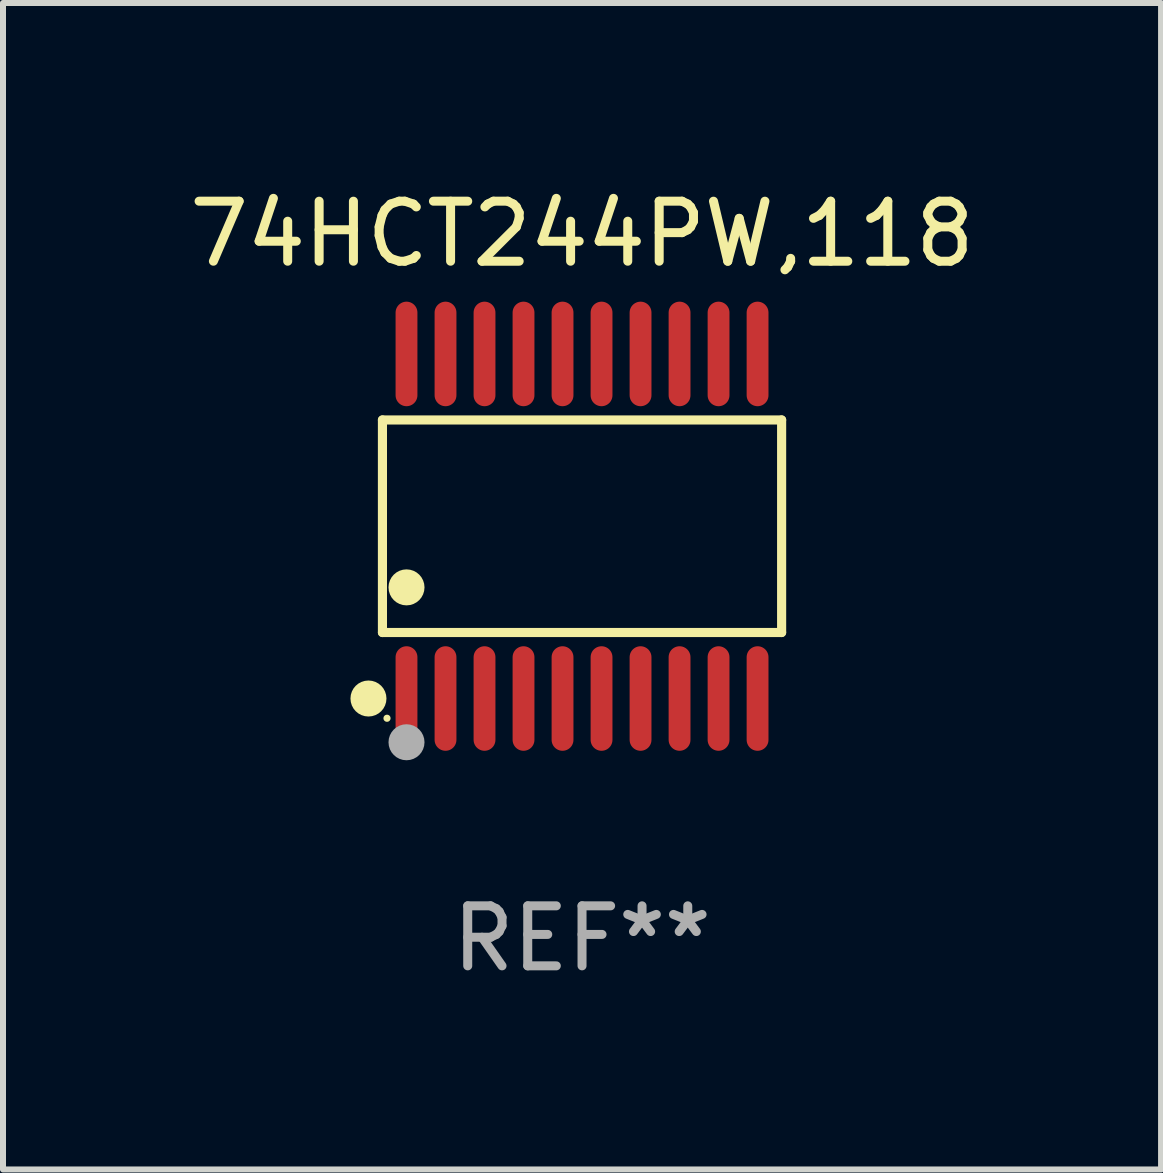
<source format=kicad_pcb>
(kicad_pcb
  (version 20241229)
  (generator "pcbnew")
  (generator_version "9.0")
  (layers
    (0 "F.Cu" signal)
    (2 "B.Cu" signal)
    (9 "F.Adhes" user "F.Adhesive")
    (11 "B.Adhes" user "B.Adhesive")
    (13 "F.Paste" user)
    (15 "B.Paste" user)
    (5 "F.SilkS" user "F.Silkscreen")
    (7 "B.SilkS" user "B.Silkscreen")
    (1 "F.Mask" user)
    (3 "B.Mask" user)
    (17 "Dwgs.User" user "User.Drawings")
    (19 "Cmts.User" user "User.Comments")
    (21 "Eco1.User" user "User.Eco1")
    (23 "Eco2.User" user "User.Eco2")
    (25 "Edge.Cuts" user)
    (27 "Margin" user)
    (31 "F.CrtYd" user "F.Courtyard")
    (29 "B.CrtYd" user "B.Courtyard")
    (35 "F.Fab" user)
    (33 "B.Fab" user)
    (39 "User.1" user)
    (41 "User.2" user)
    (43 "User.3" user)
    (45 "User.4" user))
  (footprint "74HCT244PW,118"
    (layer "F.Cu")
    (at 6.649 5.719)
    (property "Reference" "74HCT244PW,118" (at 0 -4.871 0) (layer "F.SilkS") (effects (font (size 1 1) (thickness 0.15))))
    (attr through_hole)
    (fp_line (start -3.326 -1.771) (end 3.326 -1.771) (stroke (width 0.152) (type solid)) (layer "F.SilkS"))
    (fp_line (start -3.326 1.771) (end -3.326 -1.771) (stroke (width 0.152) (type solid)) (layer "F.SilkS"))
    (fp_line (start 3.326 -1.771) (end 3.326 1.771) (stroke (width 0.152) (type solid)) (layer "F.SilkS"))
    (fp_line (start 3.326 1.771) (end -3.326 1.771) (stroke (width 0.152) (type solid)) (layer "F.SilkS"))
    (fp_circle (center -3.559 2.871) (end -3.409 2.871) (stroke (width 0.3) (type solid)) (fill no) (layer "F.SilkS"))
    (fp_circle (center -3.25 3.2) (end -3.22 3.2) (stroke (width 0.06) (type solid)) (fill no) (layer "F.SilkS"))
    (fp_circle (center -2.925 1.019) (end -2.775 1.019) (stroke (width 0.3) (type solid)) (fill no) (layer "F.SilkS"))
    (fp_circle (center -2.925 3.6) (end -2.775 3.6) (stroke (width 0.3) (type solid)) (fill no) (layer "F.Fab"))
    (fp_text user "REF**" (at 0 6.871 0) (layer "F.Fab") (effects (font (size 1 1) (thickness 0.15))))
    (pad "1" smd oval (at -2.925 2.871) (size 0.364 1.742) (layers "F.Cu" "F.Mask" "F.Paste"))
    (pad "2" smd oval (at -2.275 2.871) (size 0.364 1.742) (layers "F.Cu" "F.Mask" "F.Paste"))
    (pad "3" smd oval (at -1.625 2.871) (size 0.364 1.742) (layers "F.Cu" "F.Mask" "F.Paste"))
    (pad "4" smd oval (at -0.975 2.871) (size 0.364 1.742) (layers "F.Cu" "F.Mask" "F.Paste"))
    (pad "5" smd oval (at -0.325 2.871) (size 0.364 1.742) (layers "F.Cu" "F.Mask" "F.Paste"))
    (pad "6" smd oval (at 0.325 2.871) (size 0.364 1.742) (layers "F.Cu" "F.Mask" "F.Paste"))
    (pad "7" smd oval (at 0.975 2.871) (size 0.364 1.742) (layers "F.Cu" "F.Mask" "F.Paste"))
    (pad "8" smd oval (at 1.625 2.871) (size 0.364 1.742) (layers "F.Cu" "F.Mask" "F.Paste"))
    (pad "9" smd oval (at 2.275 2.871) (size 0.364 1.742) (layers "F.Cu" "F.Mask" "F.Paste"))
    (pad "10" smd oval (at 2.925 2.871) (size 0.364 1.742) (layers "F.Cu" "F.Mask" "F.Paste"))
    (pad "11" smd oval (at 2.925 -2.871) (size 0.364 1.742) (layers "F.Cu" "F.Mask" "F.Paste"))
    (pad "12" smd oval (at 2.275 -2.871) (size 0.364 1.742) (layers "F.Cu" "F.Mask" "F.Paste"))
    (pad "13" smd oval (at 1.625 -2.871) (size 0.364 1.742) (layers "F.Cu" "F.Mask" "F.Paste"))
    (pad "14" smd oval (at 0.975 -2.871) (size 0.364 1.742) (layers "F.Cu" "F.Mask" "F.Paste"))
    (pad "15" smd oval (at 0.325 -2.871) (size 0.364 1.742) (layers "F.Cu" "F.Mask" "F.Paste"))
    (pad "16" smd oval (at -0.325 -2.871) (size 0.364 1.742) (layers "F.Cu" "F.Mask" "F.Paste"))
    (pad "17" smd oval (at -0.975 -2.871) (size 0.364 1.742) (layers "F.Cu" "F.Mask" "F.Paste"))
    (pad "18" smd oval (at -1.625 -2.871) (size 0.364 1.742) (layers "F.Cu" "F.Mask" "F.Paste"))
    (pad "19" smd oval (at -2.275 -2.871) (size 0.364 1.742) (layers "F.Cu" "F.Mask" "F.Paste"))
    (pad "20" smd oval (at -2.925 -2.871) (size 0.364 1.742) (layers "F.Cu" "F.Mask" "F.Paste")))
  (gr_rect
    (start -3 -3)
    (end 16.298 16.438)
    (stroke (width 0.1) (type default))
    (fill no)
    (layer "Edge.Cuts")))
</source>
